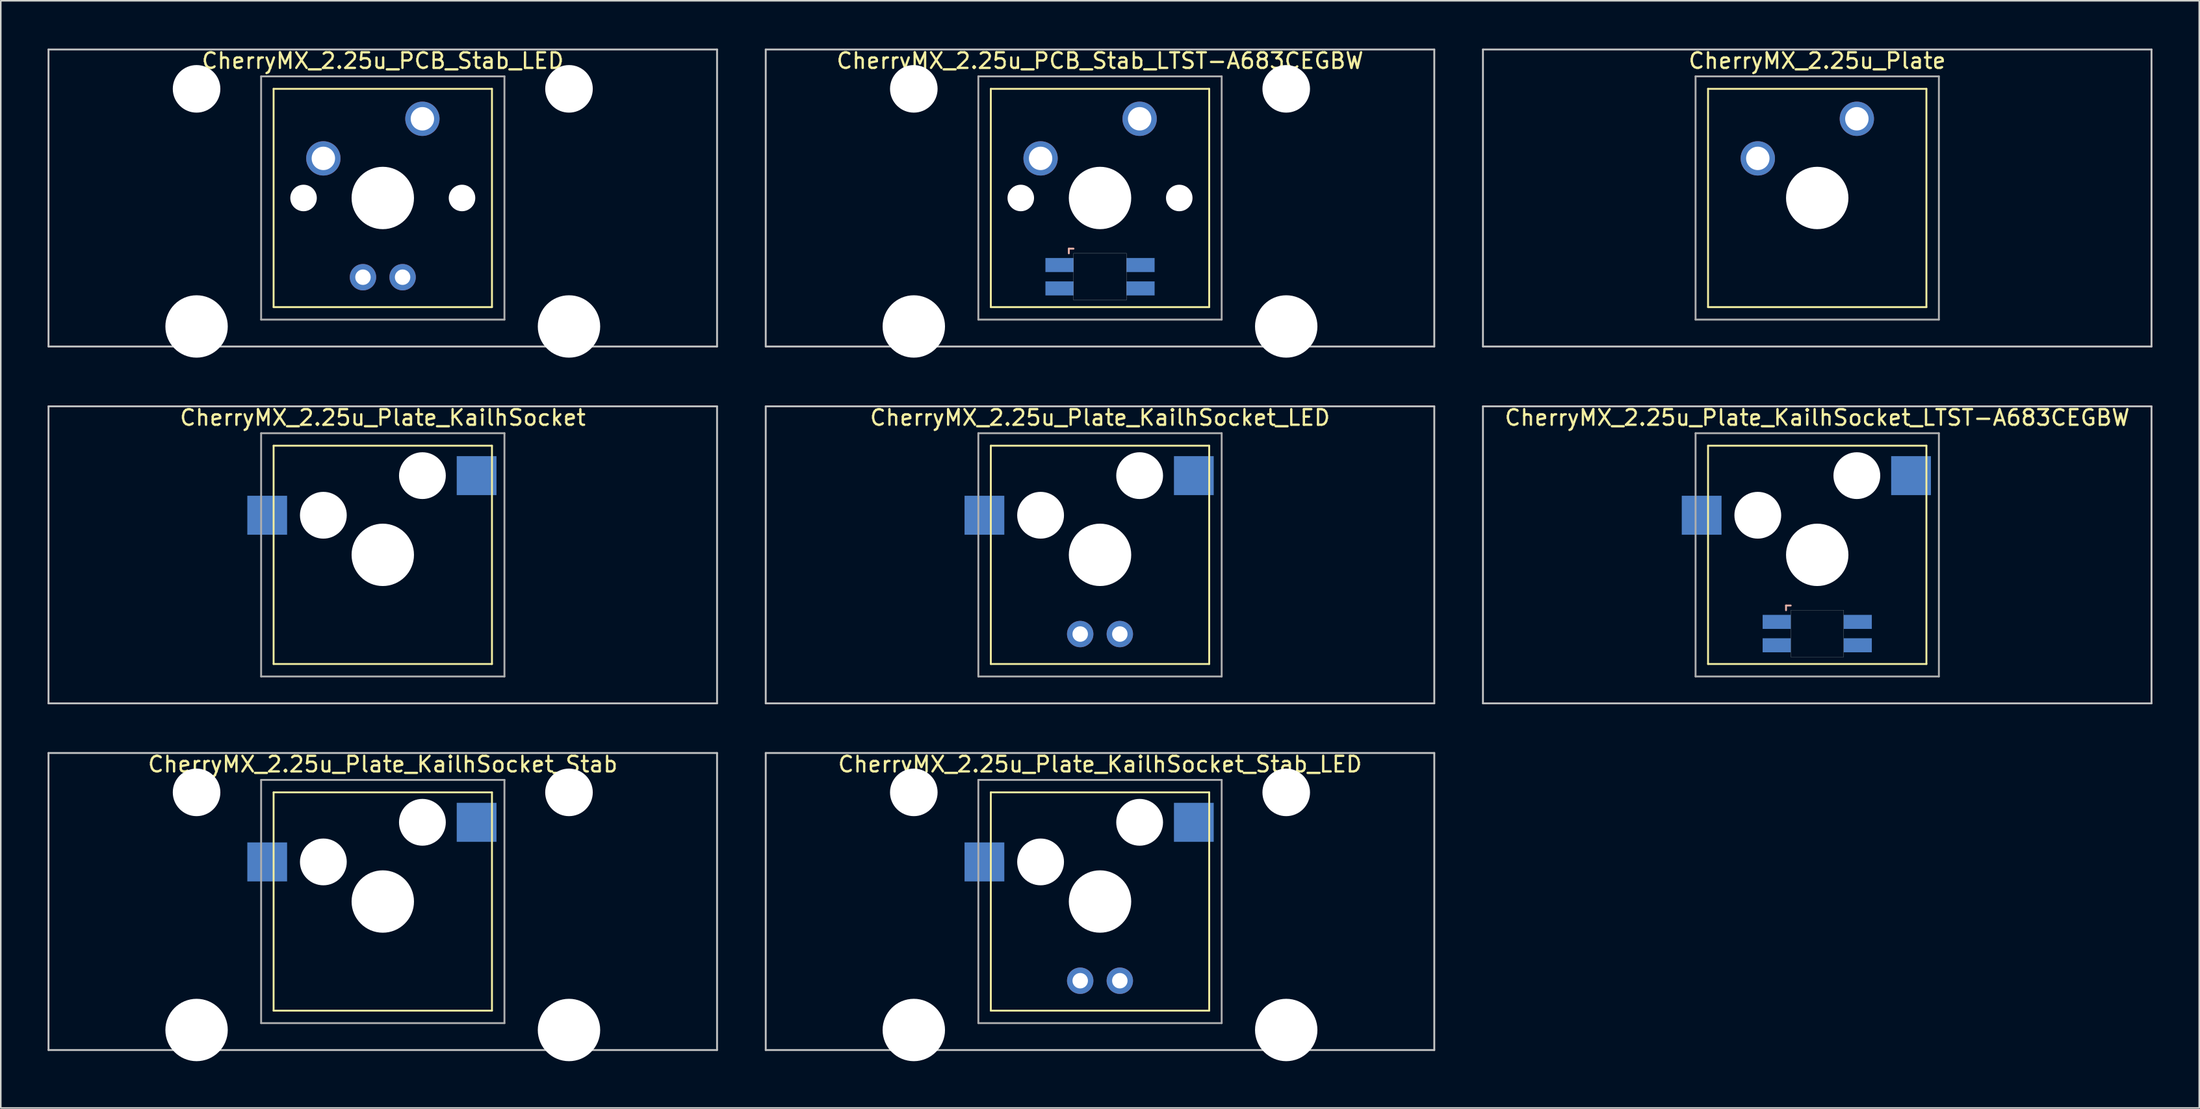
<source format=kicad_pcb>
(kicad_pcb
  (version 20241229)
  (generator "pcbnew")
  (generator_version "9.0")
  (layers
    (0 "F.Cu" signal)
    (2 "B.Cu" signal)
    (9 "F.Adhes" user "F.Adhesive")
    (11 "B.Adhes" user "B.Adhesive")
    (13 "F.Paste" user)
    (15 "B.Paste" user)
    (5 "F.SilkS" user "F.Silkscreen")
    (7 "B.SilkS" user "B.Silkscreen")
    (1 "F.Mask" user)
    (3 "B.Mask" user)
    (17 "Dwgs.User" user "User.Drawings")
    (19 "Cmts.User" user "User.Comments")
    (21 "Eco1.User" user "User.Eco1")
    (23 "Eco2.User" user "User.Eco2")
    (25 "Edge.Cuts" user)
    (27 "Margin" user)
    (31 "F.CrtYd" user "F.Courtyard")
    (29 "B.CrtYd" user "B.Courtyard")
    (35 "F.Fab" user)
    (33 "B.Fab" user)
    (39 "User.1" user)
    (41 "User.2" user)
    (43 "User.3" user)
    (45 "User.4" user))
  (footprint "CherryMX_2.25u_Plate_KailhSocket_Stab_LED"
    (layer "F.Cu")
    (at 67.474 54.77)
    (property "Reference" "CherryMX_2.25u_Plate_KailhSocket_Stab_LED" (at 0 -8.8 0) (layer "F.SilkS") (effects (font (size 1 1) (thickness 0.15))))
    (attr through_hole)
    (fp_line (start -7 -7) (end -7 7) (stroke (width 0.12) (type solid)) (layer "F.SilkS"))
    (fp_line (start -7 -7) (end 7 -7) (stroke (width 0.12) (type solid)) (layer "F.SilkS"))
    (fp_line (start 7 -7) (end 7 7) (stroke (width 0.12) (type solid)) (layer "F.SilkS"))
    (fp_line (start 7 7) (end -7 7) (stroke (width 0.12) (type solid)) (layer "F.SilkS"))
    (fp_line (start -21.431 -9.525) (end 21.431 -9.525) (stroke (width 0.12) (type solid)) (layer "Dwgs.User"))
    (fp_line (start -21.431 9.525) (end -21.431 -9.525) (stroke (width 0.12) (type solid)) (layer "Dwgs.User"))
    (fp_line (start 21.431 -9.525) (end 21.431 9.525) (stroke (width 0.12) (type solid)) (layer "Dwgs.User"))
    (fp_line (start 21.431 9.525) (end -21.431 9.525) (stroke (width 0.12) (type solid)) (layer "Dwgs.User"))
    (fp_line (start -7.8 -7.8) (end -7.8 7.8) (stroke (width 0.12) (type solid)) (layer "F.Fab"))
    (fp_line (start -7.8 -7.8) (end 7.8 -7.8) (stroke (width 0.12) (type solid)) (layer "F.Fab"))
    (fp_line (start -7.8 7.8) (end 7.8 7.8) (stroke (width 0.12) (type solid)) (layer "F.Fab"))
    (fp_line (start 7.8 -7.8) (end 7.8 7.8) (stroke (width 0.12) (type solid)) (layer "F.Fab"))
    (pad "" np_thru_hole circle (at -11.938 -7) (size 3.05 3.05) (drill 3.05) (layers "*.Cu" "*.Mask"))
    (pad "" np_thru_hole circle (at -11.938 8.24) (size 4 4) (drill 4) (layers "*.Cu" "*.Mask"))
    (pad "" np_thru_hole circle (at -3.81 -2.54) (size 3 3) (drill 3) (layers "*.Cu" "*.Mask"))
    (pad "" np_thru_hole circle (at 0 0) (size 4 4) (drill 4) (layers "*.Cu" "*.Mask"))
    (pad "" np_thru_hole circle (at 2.54 -5.08) (size 3 3) (drill 3) (layers "*.Cu" "*.Mask"))
    (pad "" np_thru_hole circle (at 11.938 -7) (size 3.05 3.05) (drill 3.05) (layers "*.Cu" "*.Mask"))
    (pad "" np_thru_hole circle (at 11.938 8.24) (size 4 4) (drill 4) (layers "*.Cu" "*.Mask"))
    (pad "1" smd rect (at -7.41 -2.54) (size 2.55 2.5) (layers "B.Cu" "B.Mask" "B.Paste"))
    (pad "2" smd rect (at 6.015 -5.08) (size 2.55 2.5) (layers "B.Cu" "B.Mask" "B.Paste"))
    (pad "3" thru_hole circle (at -1.27 5.08) (size 1.691 1.691) (drill 0.991) (layers "*.Cu" "*.Mask"))
    (pad "4" thru_hole circle (at 1.27 5.08) (size 1.691 1.691) (drill 0.991) (layers "*.Cu" "*.Mask")))
  (footprint "CherryMX_2.25u_Plate_KailhSocket_LED"
    (layer "F.Cu")
    (at 67.474 32.536)
    (property "Reference" "CherryMX_2.25u_Plate_KailhSocket_LED" (at 0 -8.8 0) (layer "F.SilkS") (effects (font (size 1 1) (thickness 0.15))))
    (attr through_hole)
    (fp_line (start -7 -7) (end -7 7) (stroke (width 0.12) (type solid)) (layer "F.SilkS"))
    (fp_line (start -7 -7) (end 7 -7) (stroke (width 0.12) (type solid)) (layer "F.SilkS"))
    (fp_line (start 7 -7) (end 7 7) (stroke (width 0.12) (type solid)) (layer "F.SilkS"))
    (fp_line (start 7 7) (end -7 7) (stroke (width 0.12) (type solid)) (layer "F.SilkS"))
    (fp_line (start -21.431 -9.525) (end 21.431 -9.525) (stroke (width 0.12) (type solid)) (layer "Dwgs.User"))
    (fp_line (start -21.431 9.525) (end -21.431 -9.525) (stroke (width 0.12) (type solid)) (layer "Dwgs.User"))
    (fp_line (start 21.431 -9.525) (end 21.431 9.525) (stroke (width 0.12) (type solid)) (layer "Dwgs.User"))
    (fp_line (start 21.431 9.525) (end -21.431 9.525) (stroke (width 0.12) (type solid)) (layer "Dwgs.User"))
    (fp_line (start -7.8 -7.8) (end -7.8 7.8) (stroke (width 0.12) (type solid)) (layer "F.Fab"))
    (fp_line (start -7.8 -7.8) (end 7.8 -7.8) (stroke (width 0.12) (type solid)) (layer "F.Fab"))
    (fp_line (start -7.8 7.8) (end 7.8 7.8) (stroke (width 0.12) (type solid)) (layer "F.Fab"))
    (fp_line (start 7.8 -7.8) (end 7.8 7.8) (stroke (width 0.12) (type solid)) (layer "F.Fab"))
    (pad "" np_thru_hole circle (at -3.81 -2.54) (size 3 3) (drill 3) (layers "*.Cu" "*.Mask"))
    (pad "" np_thru_hole circle (at 0 0) (size 4 4) (drill 4) (layers "*.Cu" "*.Mask"))
    (pad "" np_thru_hole circle (at 2.54 -5.08) (size 3 3) (drill 3) (layers "*.Cu" "*.Mask"))
    (pad "1" smd rect (at -7.41 -2.54) (size 2.55 2.5) (layers "B.Cu" "B.Mask" "B.Paste"))
    (pad "2" smd rect (at 6.015 -5.08) (size 2.55 2.5) (layers "B.Cu" "B.Mask" "B.Paste"))
    (pad "3" thru_hole circle (at -1.27 5.08) (size 1.691 1.691) (drill 0.991) (layers "*.Cu" "*.Mask"))
    (pad "4" thru_hole circle (at 1.27 5.08) (size 1.691 1.691) (drill 0.991) (layers "*.Cu" "*.Mask")))
  (footprint "CherryMX_2.25u_Plate_KailhSocket_LTST-A683CEGBW"
    (layer "F.Cu")
    (at 113.456 32.536)
    (property "Reference" "CherryMX_2.25u_Plate_KailhSocket_LTST-A683CEGBW" (at 0 -8.8 0) (layer "F.SilkS") (effects (font (size 1 1) (thickness 0.15))))
    (attr through_hole)
    (fp_line (start -7 -7) (end -7 7) (stroke (width 0.12) (type solid)) (layer "F.SilkS"))
    (fp_line (start -7 -7) (end 7 -7) (stroke (width 0.12) (type solid)) (layer "F.SilkS"))
    (fp_line (start 7 -7) (end 7 7) (stroke (width 0.12) (type solid)) (layer "F.SilkS"))
    (fp_line (start 7 7) (end -7 7) (stroke (width 0.12) (type solid)) (layer "F.SilkS"))
    (fp_line (start -2 3.25) (end -2 3.55) (stroke (width 0.12) (type solid)) (layer "B.SilkS"))
    (fp_line (start -1.7 3.25) (end -2 3.25) (stroke (width 0.12) (type solid)) (layer "B.SilkS"))
    (fp_line (start -21.431 -9.525) (end 21.431 -9.525) (stroke (width 0.12) (type solid)) (layer "Dwgs.User"))
    (fp_line (start -21.431 9.525) (end -21.431 -9.525) (stroke (width 0.12) (type solid)) (layer "Dwgs.User"))
    (fp_line (start 21.431 -9.525) (end 21.431 9.525) (stroke (width 0.12) (type solid)) (layer "Dwgs.User"))
    (fp_line (start 21.431 9.525) (end -21.431 9.525) (stroke (width 0.12) (type solid)) (layer "Dwgs.User"))
    (fp_poly (pts (xy 1.7 6.55) (xy -1.7 6.55) (xy -1.7 3.55) (xy 1.7 3.55)) (stroke (width 0.01) (type solid)) (fill no) (layer "Edge.Cuts"))
    (fp_line (start -7.8 -7.8) (end -7.8 7.8) (stroke (width 0.12) (type solid)) (layer "F.Fab"))
    (fp_line (start -7.8 -7.8) (end 7.8 -7.8) (stroke (width 0.12) (type solid)) (layer "F.Fab"))
    (fp_line (start -7.8 7.8) (end 7.8 7.8) (stroke (width 0.12) (type solid)) (layer "F.Fab"))
    (fp_line (start 7.8 -7.8) (end 7.8 7.8) (stroke (width 0.12) (type solid)) (layer "F.Fab"))
    (pad "" np_thru_hole circle (at -3.81 -2.54) (size 3 3) (drill 3) (layers "*.Cu" "*.Mask"))
    (pad "" np_thru_hole circle (at 0 0) (size 4 4) (drill 4) (layers "*.Cu" "*.Mask"))
    (pad "" np_thru_hole circle (at 2.54 -5.08) (size 3 3) (drill 3) (layers "*.Cu" "*.Mask"))
    (pad "1" smd rect (at -7.41 -2.54) (size 2.55 2.5) (layers "B.Cu" "B.Mask" "B.Paste"))
    (pad "2" smd rect (at 6.015 -5.08) (size 2.55 2.5) (layers "B.Cu" "B.Mask" "B.Paste"))
    (pad "3" smd rect (at -2.6 4.3) (size 1.8 0.9) (layers "B.Cu" "B.Mask" "B.Paste"))
    (pad "4" smd rect (at -2.6 5.8) (size 1.8 0.9) (layers "B.Cu" "B.Mask" "B.Paste"))
    (pad "5" smd rect (at 2.6 4.3) (size 1.8 0.9) (layers "B.Cu" "B.Mask" "B.Paste"))
    (pad "6" smd rect (at 2.6 5.8) (size 1.8 0.9) (layers "B.Cu" "B.Mask" "B.Paste")))
  (footprint "CherryMX_2.25u_PCB_Stab_LED"
    (layer "F.Cu")
    (at 21.491 9.648)
    (property "Reference" "CherryMX_2.25u_PCB_Stab_LED" (at 0 -8.8 0) (layer "F.SilkS") (effects (font (size 1 1) (thickness 0.15))))
    (attr through_hole)
    (fp_line (start -7 -7) (end -7 7) (stroke (width 0.12) (type solid)) (layer "F.SilkS"))
    (fp_line (start -7 -7) (end 7 -7) (stroke (width 0.12) (type solid)) (layer "F.SilkS"))
    (fp_line (start 7 -7) (end 7 7) (stroke (width 0.12) (type solid)) (layer "F.SilkS"))
    (fp_line (start 7 7) (end -7 7) (stroke (width 0.12) (type solid)) (layer "F.SilkS"))
    (fp_line (start -21.431 -9.525) (end 21.431 -9.525) (stroke (width 0.12) (type solid)) (layer "Dwgs.User"))
    (fp_line (start -21.431 9.525) (end -21.431 -9.525) (stroke (width 0.12) (type solid)) (layer "Dwgs.User"))
    (fp_line (start 21.431 -9.525) (end 21.431 9.525) (stroke (width 0.12) (type solid)) (layer "Dwgs.User"))
    (fp_line (start 21.431 9.525) (end -21.431 9.525) (stroke (width 0.12) (type solid)) (layer "Dwgs.User"))
    (fp_line (start -7.8 -7.8) (end -7.8 7.8) (stroke (width 0.12) (type solid)) (layer "F.Fab"))
    (fp_line (start -7.8 -7.8) (end 7.8 -7.8) (stroke (width 0.12) (type solid)) (layer "F.Fab"))
    (fp_line (start -7.8 7.8) (end 7.8 7.8) (stroke (width 0.12) (type solid)) (layer "F.Fab"))
    (fp_line (start 7.8 -7.8) (end 7.8 7.8) (stroke (width 0.12) (type solid)) (layer "F.Fab"))
    (pad "" np_thru_hole circle (at -11.938 -7) (size 3.05 3.05) (drill 3.05) (layers "*.Cu" "*.Mask"))
    (pad "" np_thru_hole circle (at -11.938 8.24) (size 4 4) (drill 4) (layers "*.Cu" "*.Mask"))
    (pad "" np_thru_hole circle (at -5.08 0) (size 1.7 1.7) (drill 1.7) (layers "*.Cu" "*.Mask"))
    (pad "" np_thru_hole circle (at 0 0) (size 4 4) (drill 4) (layers "*.Cu" "*.Mask"))
    (pad "" np_thru_hole circle (at 5.08 0) (size 1.7 1.7) (drill 1.7) (layers "*.Cu" "*.Mask"))
    (pad "" np_thru_hole circle (at 11.938 -7) (size 3.05 3.05) (drill 3.05) (layers "*.Cu" "*.Mask"))
    (pad "" np_thru_hole circle (at 11.938 8.24) (size 4 4) (drill 4) (layers "*.Cu" "*.Mask"))
    (pad "1" thru_hole circle (at -3.81 -2.54) (size 2.2 2.2) (drill 1.5) (layers "*.Cu" "*.Mask"))
    (pad "2" thru_hole circle (at 2.54 -5.08) (size 2.2 2.2) (drill 1.5) (layers "*.Cu" "*.Mask"))
    (pad "3" thru_hole circle (at -1.27 5.08) (size 1.691 1.691) (drill 0.991) (layers "*.Cu" "*.Mask"))
    (pad "4" thru_hole circle (at 1.27 5.08) (size 1.691 1.691) (drill 0.991) (layers "*.Cu" "*.Mask")))
  (footprint "CherryMX_2.25u_Plate_KailhSocket_Stab"
    (layer "F.Cu")
    (at 21.491 54.77)
    (property "Reference" "CherryMX_2.25u_Plate_KailhSocket_Stab" (at 0 -8.8 0) (layer "F.SilkS") (effects (font (size 1 1) (thickness 0.15))))
    (attr through_hole)
    (fp_line (start -7 -7) (end -7 7) (stroke (width 0.12) (type solid)) (layer "F.SilkS"))
    (fp_line (start -7 -7) (end 7 -7) (stroke (width 0.12) (type solid)) (layer "F.SilkS"))
    (fp_line (start 7 -7) (end 7 7) (stroke (width 0.12) (type solid)) (layer "F.SilkS"))
    (fp_line (start 7 7) (end -7 7) (stroke (width 0.12) (type solid)) (layer "F.SilkS"))
    (fp_line (start -21.431 -9.525) (end 21.431 -9.525) (stroke (width 0.12) (type solid)) (layer "Dwgs.User"))
    (fp_line (start -21.431 9.525) (end -21.431 -9.525) (stroke (width 0.12) (type solid)) (layer "Dwgs.User"))
    (fp_line (start 21.431 -9.525) (end 21.431 9.525) (stroke (width 0.12) (type solid)) (layer "Dwgs.User"))
    (fp_line (start 21.431 9.525) (end -21.431 9.525) (stroke (width 0.12) (type solid)) (layer "Dwgs.User"))
    (fp_line (start -7.8 -7.8) (end -7.8 7.8) (stroke (width 0.12) (type solid)) (layer "F.Fab"))
    (fp_line (start -7.8 -7.8) (end 7.8 -7.8) (stroke (width 0.12) (type solid)) (layer "F.Fab"))
    (fp_line (start -7.8 7.8) (end 7.8 7.8) (stroke (width 0.12) (type solid)) (layer "F.Fab"))
    (fp_line (start 7.8 -7.8) (end 7.8 7.8) (stroke (width 0.12) (type solid)) (layer "F.Fab"))
    (pad "" np_thru_hole circle (at -11.938 -7) (size 3.05 3.05) (drill 3.05) (layers "*.Cu" "*.Mask"))
    (pad "" np_thru_hole circle (at -11.938 8.24) (size 4 4) (drill 4) (layers "*.Cu" "*.Mask"))
    (pad "" np_thru_hole circle (at -3.81 -2.54) (size 3 3) (drill 3) (layers "*.Cu" "*.Mask"))
    (pad "" np_thru_hole circle (at 0 0) (size 4 4) (drill 4) (layers "*.Cu" "*.Mask"))
    (pad "" np_thru_hole circle (at 2.54 -5.08) (size 3 3) (drill 3) (layers "*.Cu" "*.Mask"))
    (pad "" np_thru_hole circle (at 11.938 -7) (size 3.05 3.05) (drill 3.05) (layers "*.Cu" "*.Mask"))
    (pad "" np_thru_hole circle (at 11.938 8.24) (size 4 4) (drill 4) (layers "*.Cu" "*.Mask"))
    (pad "1" smd rect (at -7.41 -2.54) (size 2.55 2.5) (layers "B.Cu" "B.Mask" "B.Paste"))
    (pad "2" smd rect (at 6.015 -5.08) (size 2.55 2.5) (layers "B.Cu" "B.Mask" "B.Paste")))
  (footprint "CherryMX_2.25u_PCB_Stab_LTST-A683CEGBW"
    (layer "F.Cu")
    (at 67.474 9.648)
    (property "Reference" "CherryMX_2.25u_PCB_Stab_LTST-A683CEGBW" (at 0 -8.8 0) (layer "F.SilkS") (effects (font (size 1 1) (thickness 0.15))))
    (attr through_hole)
    (fp_line (start -7 -7) (end -7 7) (stroke (width 0.12) (type solid)) (layer "F.SilkS"))
    (fp_line (start -7 -7) (end 7 -7) (stroke (width 0.12) (type solid)) (layer "F.SilkS"))
    (fp_line (start 7 -7) (end 7 7) (stroke (width 0.12) (type solid)) (layer "F.SilkS"))
    (fp_line (start 7 7) (end -7 7) (stroke (width 0.12) (type solid)) (layer "F.SilkS"))
    (fp_line (start -2 3.25) (end -2 3.55) (stroke (width 0.12) (type solid)) (layer "B.SilkS"))
    (fp_line (start -1.7 3.25) (end -2 3.25) (stroke (width 0.12) (type solid)) (layer "B.SilkS"))
    (fp_line (start -21.431 -9.525) (end 21.431 -9.525) (stroke (width 0.12) (type solid)) (layer "Dwgs.User"))
    (fp_line (start -21.431 9.525) (end -21.431 -9.525) (stroke (width 0.12) (type solid)) (layer "Dwgs.User"))
    (fp_line (start 21.431 -9.525) (end 21.431 9.525) (stroke (width 0.12) (type solid)) (layer "Dwgs.User"))
    (fp_line (start 21.431 9.525) (end -21.431 9.525) (stroke (width 0.12) (type solid)) (layer "Dwgs.User"))
    (fp_poly (pts (xy 1.7 6.55) (xy -1.7 6.55) (xy -1.7 3.55) (xy 1.7 3.55)) (stroke (width 0.01) (type solid)) (fill no) (layer "Edge.Cuts"))
    (fp_line (start -7.8 -7.8) (end -7.8 7.8) (stroke (width 0.12) (type solid)) (layer "F.Fab"))
    (fp_line (start -7.8 -7.8) (end 7.8 -7.8) (stroke (width 0.12) (type solid)) (layer "F.Fab"))
    (fp_line (start -7.8 7.8) (end 7.8 7.8) (stroke (width 0.12) (type solid)) (layer "F.Fab"))
    (fp_line (start 7.8 -7.8) (end 7.8 7.8) (stroke (width 0.12) (type solid)) (layer "F.Fab"))
    (pad "" np_thru_hole circle (at -11.938 -7) (size 3.05 3.05) (drill 3.05) (layers "*.Cu" "*.Mask"))
    (pad "" np_thru_hole circle (at -11.938 8.24) (size 4 4) (drill 4) (layers "*.Cu" "*.Mask"))
    (pad "" np_thru_hole circle (at -5.08 0) (size 1.7 1.7) (drill 1.7) (layers "*.Cu" "*.Mask"))
    (pad "" np_thru_hole circle (at 0 0) (size 4 4) (drill 4) (layers "*.Cu" "*.Mask"))
    (pad "" np_thru_hole circle (at 5.08 0) (size 1.7 1.7) (drill 1.7) (layers "*.Cu" "*.Mask"))
    (pad "" np_thru_hole circle (at 11.938 -7) (size 3.05 3.05) (drill 3.05) (layers "*.Cu" "*.Mask"))
    (pad "" np_thru_hole circle (at 11.938 8.24) (size 4 4) (drill 4) (layers "*.Cu" "*.Mask"))
    (pad "1" thru_hole circle (at -3.81 -2.54) (size 2.2 2.2) (drill 1.5) (layers "*.Cu" "*.Mask"))
    (pad "2" thru_hole circle (at 2.54 -5.08) (size 2.2 2.2) (drill 1.5) (layers "*.Cu" "*.Mask"))
    (pad "3" smd rect (at -2.6 4.3) (size 1.8 0.9) (layers "B.Cu" "B.Mask" "B.Paste"))
    (pad "4" smd rect (at -2.6 5.8) (size 1.8 0.9) (layers "B.Cu" "B.Mask" "B.Paste"))
    (pad "5" smd rect (at 2.6 4.3) (size 1.8 0.9) (layers "B.Cu" "B.Mask" "B.Paste"))
    (pad "6" smd rect (at 2.6 5.8) (size 1.8 0.9) (layers "B.Cu" "B.Mask" "B.Paste")))
  (footprint "CherryMX_2.25u_Plate_KailhSocket"
    (layer "F.Cu")
    (at 21.491 32.536)
    (property "Reference" "CherryMX_2.25u_Plate_KailhSocket" (at 0 -8.8 0) (layer "F.SilkS") (effects (font (size 1 1) (thickness 0.15))))
    (attr through_hole)
    (fp_line (start -7 -7) (end -7 7) (stroke (width 0.12) (type solid)) (layer "F.SilkS"))
    (fp_line (start -7 -7) (end 7 -7) (stroke (width 0.12) (type solid)) (layer "F.SilkS"))
    (fp_line (start 7 -7) (end 7 7) (stroke (width 0.12) (type solid)) (layer "F.SilkS"))
    (fp_line (start 7 7) (end -7 7) (stroke (width 0.12) (type solid)) (layer "F.SilkS"))
    (fp_line (start -21.431 -9.525) (end 21.431 -9.525) (stroke (width 0.12) (type solid)) (layer "Dwgs.User"))
    (fp_line (start -21.431 9.525) (end -21.431 -9.525) (stroke (width 0.12) (type solid)) (layer "Dwgs.User"))
    (fp_line (start 21.431 -9.525) (end 21.431 9.525) (stroke (width 0.12) (type solid)) (layer "Dwgs.User"))
    (fp_line (start 21.431 9.525) (end -21.431 9.525) (stroke (width 0.12) (type solid)) (layer "Dwgs.User"))
    (fp_line (start -7.8 -7.8) (end -7.8 7.8) (stroke (width 0.12) (type solid)) (layer "F.Fab"))
    (fp_line (start -7.8 -7.8) (end 7.8 -7.8) (stroke (width 0.12) (type solid)) (layer "F.Fab"))
    (fp_line (start -7.8 7.8) (end 7.8 7.8) (stroke (width 0.12) (type solid)) (layer "F.Fab"))
    (fp_line (start 7.8 -7.8) (end 7.8 7.8) (stroke (width 0.12) (type solid)) (layer "F.Fab"))
    (pad "" np_thru_hole circle (at -3.81 -2.54) (size 3 3) (drill 3) (layers "*.Cu" "*.Mask"))
    (pad "" np_thru_hole circle (at 0 0) (size 4 4) (drill 4) (layers "*.Cu" "*.Mask"))
    (pad "" np_thru_hole circle (at 2.54 -5.08) (size 3 3) (drill 3) (layers "*.Cu" "*.Mask"))
    (pad "1" smd rect (at -7.41 -2.54) (size 2.55 2.5) (layers "B.Cu" "B.Mask" "B.Paste"))
    (pad "2" smd rect (at 6.015 -5.08) (size 2.55 2.5) (layers "B.Cu" "B.Mask" "B.Paste")))
  (footprint "CherryMX_2.25u_Plate"
    (layer "F.Cu")
    (at 113.456 9.648)
    (property "Reference" "CherryMX_2.25u_Plate" (at 0 -8.8 0) (layer "F.SilkS") (effects (font (size 1 1) (thickness 0.15))))
    (attr through_hole)
    (fp_line (start -7 -7) (end -7 7) (stroke (width 0.12) (type solid)) (layer "F.SilkS"))
    (fp_line (start -7 -7) (end 7 -7) (stroke (width 0.12) (type solid)) (layer "F.SilkS"))
    (fp_line (start 7 -7) (end 7 7) (stroke (width 0.12) (type solid)) (layer "F.SilkS"))
    (fp_line (start 7 7) (end -7 7) (stroke (width 0.12) (type solid)) (layer "F.SilkS"))
    (fp_line (start -21.431 -9.525) (end 21.431 -9.525) (stroke (width 0.12) (type solid)) (layer "Dwgs.User"))
    (fp_line (start -21.431 9.525) (end -21.431 -9.525) (stroke (width 0.12) (type solid)) (layer "Dwgs.User"))
    (fp_line (start 21.431 -9.525) (end 21.431 9.525) (stroke (width 0.12) (type solid)) (layer "Dwgs.User"))
    (fp_line (start 21.431 9.525) (end -21.431 9.525) (stroke (width 0.12) (type solid)) (layer "Dwgs.User"))
    (fp_line (start -7.8 -7.8) (end -7.8 7.8) (stroke (width 0.12) (type solid)) (layer "F.Fab"))
    (fp_line (start -7.8 -7.8) (end 7.8 -7.8) (stroke (width 0.12) (type solid)) (layer "F.Fab"))
    (fp_line (start -7.8 7.8) (end 7.8 7.8) (stroke (width 0.12) (type solid)) (layer "F.Fab"))
    (fp_line (start 7.8 -7.8) (end 7.8 7.8) (stroke (width 0.12) (type solid)) (layer "F.Fab"))
    (pad "" np_thru_hole circle (at 0 0) (size 4 4) (drill 4) (layers "*.Cu" "*.Mask"))
    (pad "1" thru_hole circle (at -3.81 -2.54) (size 2.2 2.2) (drill 1.5) (layers "*.Cu" "*.Mask"))
    (pad "2" thru_hole circle (at 2.54 -5.08) (size 2.2 2.2) (drill 1.5) (layers "*.Cu" "*.Mask")))
  (gr_rect
    (start -3 -3)
    (end 137.947 68.01)
    (stroke (width 0.1) (type default))
    (fill no)
    (layer "Edge.Cuts")))
</source>
